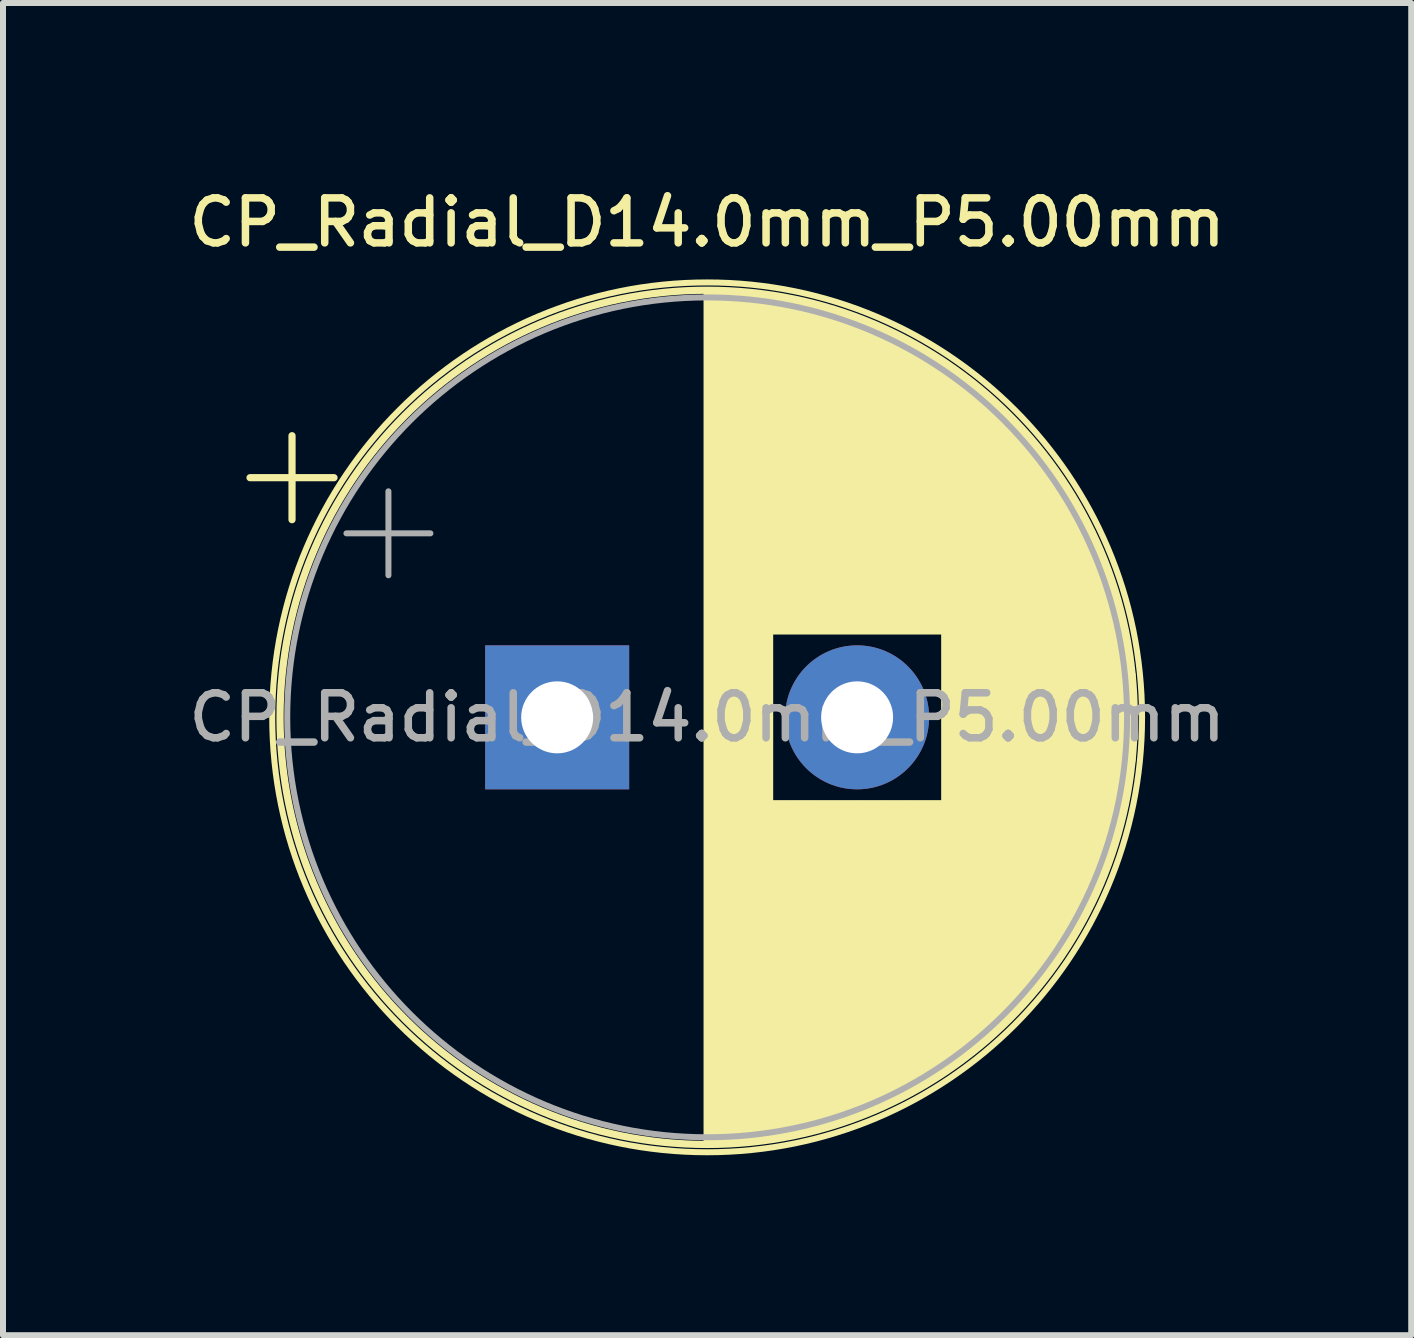
<source format=kicad_pcb>
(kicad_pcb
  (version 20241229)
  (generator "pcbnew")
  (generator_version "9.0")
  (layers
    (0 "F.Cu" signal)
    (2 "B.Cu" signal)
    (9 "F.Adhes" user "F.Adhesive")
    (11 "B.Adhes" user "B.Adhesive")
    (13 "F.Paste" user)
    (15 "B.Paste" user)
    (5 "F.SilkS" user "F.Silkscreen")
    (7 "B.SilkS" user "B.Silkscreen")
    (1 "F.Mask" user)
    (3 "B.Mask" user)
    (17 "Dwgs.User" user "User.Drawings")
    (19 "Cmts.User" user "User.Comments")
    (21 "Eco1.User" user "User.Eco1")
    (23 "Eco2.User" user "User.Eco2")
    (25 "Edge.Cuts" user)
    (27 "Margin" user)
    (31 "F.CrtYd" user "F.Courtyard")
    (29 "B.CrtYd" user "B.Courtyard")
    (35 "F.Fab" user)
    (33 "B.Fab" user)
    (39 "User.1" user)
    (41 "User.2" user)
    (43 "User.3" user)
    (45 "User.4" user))
  (footprint "CP_Radial_D14.0mm_P5.00mm"
    (layer "F.Cu")
    (at 6.238 8.908)
    (property "Reference" "CP_Radial_D14.0mm_P5.00mm" (at 2.5 -8.25 0) (layer "F.SilkS") (effects (font (size 0.75 0.75) (thickness 0.125))))
    (attr through_hole)
    (fp_line (start -5.12 -3.995) (end -3.72 -3.995) (stroke (width 0.12) (type solid)) (layer "F.SilkS"))
    (fp_line (start -4.42 -4.695) (end -4.42 -3.295) (stroke (width 0.12) (type solid)) (layer "F.SilkS"))
    (fp_line (start 2.5 -7.08) (end 2.5 7.08) (stroke (width 0.12) (type solid)) (layer "F.SilkS"))
    (fp_line (start 2.54 -7.08) (end 2.54 7.08) (stroke (width 0.12) (type solid)) (layer "F.SilkS"))
    (fp_line (start 2.58 -7.08) (end 2.58 7.08) (stroke (width 0.12) (type solid)) (layer "F.SilkS"))
    (fp_line (start 2.62 -7.079) (end 2.62 7.079) (stroke (width 0.12) (type solid)) (layer "F.SilkS"))
    (fp_line (start 2.66 -7.079) (end 2.66 7.079) (stroke (width 0.12) (type solid)) (layer "F.SilkS"))
    (fp_line (start 2.7 -7.078) (end 2.7 7.078) (stroke (width 0.12) (type solid)) (layer "F.SilkS"))
    (fp_line (start 2.74 -7.076) (end 2.74 7.076) (stroke (width 0.12) (type solid)) (layer "F.SilkS"))
    (fp_line (start 2.78 -7.075) (end 2.78 7.075) (stroke (width 0.12) (type solid)) (layer "F.SilkS"))
    (fp_line (start 2.82 -7.073) (end 2.82 7.073) (stroke (width 0.12) (type solid)) (layer "F.SilkS"))
    (fp_line (start 2.86 -7.071) (end 2.86 7.071) (stroke (width 0.12) (type solid)) (layer "F.SilkS"))
    (fp_line (start 2.9 -7.069) (end 2.9 7.069) (stroke (width 0.12) (type solid)) (layer "F.SilkS"))
    (fp_line (start 2.94 -7.067) (end 2.94 7.067) (stroke (width 0.12) (type solid)) (layer "F.SilkS"))
    (fp_line (start 2.98 -7.064) (end 2.98 7.064) (stroke (width 0.12) (type solid)) (layer "F.SilkS"))
    (fp_line (start 3.02 -7.061) (end 3.02 7.061) (stroke (width 0.12) (type solid)) (layer "F.SilkS"))
    (fp_line (start 3.06 -7.058) (end 3.06 7.058) (stroke (width 0.12) (type solid)) (layer "F.SilkS"))
    (fp_line (start 3.1 -7.055) (end 3.1 7.055) (stroke (width 0.12) (type solid)) (layer "F.SilkS"))
    (fp_line (start 3.14 -7.052) (end 3.14 7.052) (stroke (width 0.12) (type solid)) (layer "F.SilkS"))
    (fp_line (start 3.18 -7.048) (end 3.18 7.048) (stroke (width 0.12) (type solid)) (layer "F.SilkS"))
    (fp_line (start 3.221 -7.044) (end 3.221 7.044) (stroke (width 0.12) (type solid)) (layer "F.SilkS"))
    (fp_line (start 3.261 -7.04) (end 3.261 7.04) (stroke (width 0.12) (type solid)) (layer "F.SilkS"))
    (fp_line (start 3.301 -7.035) (end 3.301 7.035) (stroke (width 0.12) (type solid)) (layer "F.SilkS"))
    (fp_line (start 3.341 -7.031) (end 3.341 7.031) (stroke (width 0.12) (type solid)) (layer "F.SilkS"))
    (fp_line (start 3.381 -7.026) (end 3.381 7.026) (stroke (width 0.12) (type solid)) (layer "F.SilkS"))
    (fp_line (start 3.421 -7.021) (end 3.421 7.021) (stroke (width 0.12) (type solid)) (layer "F.SilkS"))
    (fp_line (start 3.461 -7.015) (end 3.461 7.015) (stroke (width 0.12) (type solid)) (layer "F.SilkS"))
    (fp_line (start 3.501 -7.01) (end 3.501 7.01) (stroke (width 0.12) (type solid)) (layer "F.SilkS"))
    (fp_line (start 3.541 -7.004) (end 3.541 7.004) (stroke (width 0.12) (type solid)) (layer "F.SilkS"))
    (fp_line (start 3.581 -6.998) (end 3.581 -1.44) (stroke (width 0.12) (type solid)) (layer "F.SilkS"))
    (fp_line (start 3.581 1.44) (end 3.581 6.998) (stroke (width 0.12) (type solid)) (layer "F.SilkS"))
    (fp_line (start 3.621 -6.992) (end 3.621 -1.44) (stroke (width 0.12) (type solid)) (layer "F.SilkS"))
    (fp_line (start 3.621 1.44) (end 3.621 6.992) (stroke (width 0.12) (type solid)) (layer "F.SilkS"))
    (fp_line (start 3.661 -6.985) (end 3.661 -1.44) (stroke (width 0.12) (type solid)) (layer "F.SilkS"))
    (fp_line (start 3.661 1.44) (end 3.661 6.985) (stroke (width 0.12) (type solid)) (layer "F.SilkS"))
    (fp_line (start 3.701 -6.979) (end 3.701 -1.44) (stroke (width 0.12) (type solid)) (layer "F.SilkS"))
    (fp_line (start 3.701 1.44) (end 3.701 6.979) (stroke (width 0.12) (type solid)) (layer "F.SilkS"))
    (fp_line (start 3.741 -6.972) (end 3.741 -1.44) (stroke (width 0.12) (type solid)) (layer "F.SilkS"))
    (fp_line (start 3.741 1.44) (end 3.741 6.972) (stroke (width 0.12) (type solid)) (layer "F.SilkS"))
    (fp_line (start 3.781 -6.964) (end 3.781 -1.44) (stroke (width 0.12) (type solid)) (layer "F.SilkS"))
    (fp_line (start 3.781 1.44) (end 3.781 6.964) (stroke (width 0.12) (type solid)) (layer "F.SilkS"))
    (fp_line (start 3.821 -6.957) (end 3.821 -1.44) (stroke (width 0.12) (type solid)) (layer "F.SilkS"))
    (fp_line (start 3.821 1.44) (end 3.821 6.957) (stroke (width 0.12) (type solid)) (layer "F.SilkS"))
    (fp_line (start 3.861 -6.949) (end 3.861 -1.44) (stroke (width 0.12) (type solid)) (layer "F.SilkS"))
    (fp_line (start 3.861 1.44) (end 3.861 6.949) (stroke (width 0.12) (type solid)) (layer "F.SilkS"))
    (fp_line (start 3.901 -6.942) (end 3.901 -1.44) (stroke (width 0.12) (type solid)) (layer "F.SilkS"))
    (fp_line (start 3.901 1.44) (end 3.901 6.942) (stroke (width 0.12) (type solid)) (layer "F.SilkS"))
    (fp_line (start 3.941 -6.933) (end 3.941 -1.44) (stroke (width 0.12) (type solid)) (layer "F.SilkS"))
    (fp_line (start 3.941 1.44) (end 3.941 6.933) (stroke (width 0.12) (type solid)) (layer "F.SilkS"))
    (fp_line (start 3.981 -6.925) (end 3.981 -1.44) (stroke (width 0.12) (type solid)) (layer "F.SilkS"))
    (fp_line (start 3.981 1.44) (end 3.981 6.925) (stroke (width 0.12) (type solid)) (layer "F.SilkS"))
    (fp_line (start 4.021 -6.916) (end 4.021 -1.44) (stroke (width 0.12) (type solid)) (layer "F.SilkS"))
    (fp_line (start 4.021 1.44) (end 4.021 6.916) (stroke (width 0.12) (type solid)) (layer "F.SilkS"))
    (fp_line (start 4.061 -6.907) (end 4.061 -1.44) (stroke (width 0.12) (type solid)) (layer "F.SilkS"))
    (fp_line (start 4.061 1.44) (end 4.061 6.907) (stroke (width 0.12) (type solid)) (layer "F.SilkS"))
    (fp_line (start 4.101 -6.898) (end 4.101 -1.44) (stroke (width 0.12) (type solid)) (layer "F.SilkS"))
    (fp_line (start 4.101 1.44) (end 4.101 6.898) (stroke (width 0.12) (type solid)) (layer "F.SilkS"))
    (fp_line (start 4.141 -6.889) (end 4.141 -1.44) (stroke (width 0.12) (type solid)) (layer "F.SilkS"))
    (fp_line (start 4.141 1.44) (end 4.141 6.889) (stroke (width 0.12) (type solid)) (layer "F.SilkS"))
    (fp_line (start 4.181 -6.879) (end 4.181 -1.44) (stroke (width 0.12) (type solid)) (layer "F.SilkS"))
    (fp_line (start 4.181 1.44) (end 4.181 6.879) (stroke (width 0.12) (type solid)) (layer "F.SilkS"))
    (fp_line (start 4.221 -6.87) (end 4.221 -1.44) (stroke (width 0.12) (type solid)) (layer "F.SilkS"))
    (fp_line (start 4.221 1.44) (end 4.221 6.87) (stroke (width 0.12) (type solid)) (layer "F.SilkS"))
    (fp_line (start 4.261 -6.86) (end 4.261 -1.44) (stroke (width 0.12) (type solid)) (layer "F.SilkS"))
    (fp_line (start 4.261 1.44) (end 4.261 6.86) (stroke (width 0.12) (type solid)) (layer "F.SilkS"))
    (fp_line (start 4.301 -6.849) (end 4.301 -1.44) (stroke (width 0.12) (type solid)) (layer "F.SilkS"))
    (fp_line (start 4.301 1.44) (end 4.301 6.849) (stroke (width 0.12) (type solid)) (layer "F.SilkS"))
    (fp_line (start 4.341 -6.839) (end 4.341 -1.44) (stroke (width 0.12) (type solid)) (layer "F.SilkS"))
    (fp_line (start 4.341 1.44) (end 4.341 6.839) (stroke (width 0.12) (type solid)) (layer "F.SilkS"))
    (fp_line (start 4.381 -6.828) (end 4.381 -1.44) (stroke (width 0.12) (type solid)) (layer "F.SilkS"))
    (fp_line (start 4.381 1.44) (end 4.381 6.828) (stroke (width 0.12) (type solid)) (layer "F.SilkS"))
    (fp_line (start 4.421 -6.817) (end 4.421 -1.44) (stroke (width 0.12) (type solid)) (layer "F.SilkS"))
    (fp_line (start 4.421 1.44) (end 4.421 6.817) (stroke (width 0.12) (type solid)) (layer "F.SilkS"))
    (fp_line (start 4.461 -6.805) (end 4.461 -1.44) (stroke (width 0.12) (type solid)) (layer "F.SilkS"))
    (fp_line (start 4.461 1.44) (end 4.461 6.805) (stroke (width 0.12) (type solid)) (layer "F.SilkS"))
    (fp_line (start 4.501 -6.794) (end 4.501 -1.44) (stroke (width 0.12) (type solid)) (layer "F.SilkS"))
    (fp_line (start 4.501 1.44) (end 4.501 6.794) (stroke (width 0.12) (type solid)) (layer "F.SilkS"))
    (fp_line (start 4.541 -6.782) (end 4.541 -1.44) (stroke (width 0.12) (type solid)) (layer "F.SilkS"))
    (fp_line (start 4.541 1.44) (end 4.541 6.782) (stroke (width 0.12) (type solid)) (layer "F.SilkS"))
    (fp_line (start 4.581 -6.77) (end 4.581 -1.44) (stroke (width 0.12) (type solid)) (layer "F.SilkS"))
    (fp_line (start 4.581 1.44) (end 4.581 6.77) (stroke (width 0.12) (type solid)) (layer "F.SilkS"))
    (fp_line (start 4.621 -6.758) (end 4.621 -1.44) (stroke (width 0.12) (type solid)) (layer "F.SilkS"))
    (fp_line (start 4.621 1.44) (end 4.621 6.758) (stroke (width 0.12) (type solid)) (layer "F.SilkS"))
    (fp_line (start 4.661 -6.745) (end 4.661 -1.44) (stroke (width 0.12) (type solid)) (layer "F.SilkS"))
    (fp_line (start 4.661 1.44) (end 4.661 6.745) (stroke (width 0.12) (type solid)) (layer "F.SilkS"))
    (fp_line (start 4.701 -6.732) (end 4.701 -1.44) (stroke (width 0.12) (type solid)) (layer "F.SilkS"))
    (fp_line (start 4.701 1.44) (end 4.701 6.732) (stroke (width 0.12) (type solid)) (layer "F.SilkS"))
    (fp_line (start 4.741 -6.719) (end 4.741 -1.44) (stroke (width 0.12) (type solid)) (layer "F.SilkS"))
    (fp_line (start 4.741 1.44) (end 4.741 6.719) (stroke (width 0.12) (type solid)) (layer "F.SilkS"))
    (fp_line (start 4.781 -6.706) (end 4.781 -1.44) (stroke (width 0.12) (type solid)) (layer "F.SilkS"))
    (fp_line (start 4.781 1.44) (end 4.781 6.706) (stroke (width 0.12) (type solid)) (layer "F.SilkS"))
    (fp_line (start 4.821 -6.692) (end 4.821 -1.44) (stroke (width 0.12) (type solid)) (layer "F.SilkS"))
    (fp_line (start 4.821 1.44) (end 4.821 6.692) (stroke (width 0.12) (type solid)) (layer "F.SilkS"))
    (fp_line (start 4.861 -6.678) (end 4.861 -1.44) (stroke (width 0.12) (type solid)) (layer "F.SilkS"))
    (fp_line (start 4.861 1.44) (end 4.861 6.678) (stroke (width 0.12) (type solid)) (layer "F.SilkS"))
    (fp_line (start 4.901 -6.664) (end 4.901 -1.44) (stroke (width 0.12) (type solid)) (layer "F.SilkS"))
    (fp_line (start 4.901 1.44) (end 4.901 6.664) (stroke (width 0.12) (type solid)) (layer "F.SilkS"))
    (fp_line (start 4.941 -6.649) (end 4.941 -1.44) (stroke (width 0.12) (type solid)) (layer "F.SilkS"))
    (fp_line (start 4.941 1.44) (end 4.941 6.649) (stroke (width 0.12) (type solid)) (layer "F.SilkS"))
    (fp_line (start 4.981 -6.635) (end 4.981 -1.44) (stroke (width 0.12) (type solid)) (layer "F.SilkS"))
    (fp_line (start 4.981 1.44) (end 4.981 6.635) (stroke (width 0.12) (type solid)) (layer "F.SilkS"))
    (fp_line (start 5.021 -6.62) (end 5.021 -1.44) (stroke (width 0.12) (type solid)) (layer "F.SilkS"))
    (fp_line (start 5.021 1.44) (end 5.021 6.62) (stroke (width 0.12) (type solid)) (layer "F.SilkS"))
    (fp_line (start 5.061 -6.604) (end 5.061 -1.44) (stroke (width 0.12) (type solid)) (layer "F.SilkS"))
    (fp_line (start 5.061 1.44) (end 5.061 6.604) (stroke (width 0.12) (type solid)) (layer "F.SilkS"))
    (fp_line (start 5.101 -6.589) (end 5.101 -1.44) (stroke (width 0.12) (type solid)) (layer "F.SilkS"))
    (fp_line (start 5.101 1.44) (end 5.101 6.589) (stroke (width 0.12) (type solid)) (layer "F.SilkS"))
    (fp_line (start 5.141 -6.573) (end 5.141 -1.44) (stroke (width 0.12) (type solid)) (layer "F.SilkS"))
    (fp_line (start 5.141 1.44) (end 5.141 6.573) (stroke (width 0.12) (type solid)) (layer "F.SilkS"))
    (fp_line (start 5.181 -6.557) (end 5.181 -1.44) (stroke (width 0.12) (type solid)) (layer "F.SilkS"))
    (fp_line (start 5.181 1.44) (end 5.181 6.557) (stroke (width 0.12) (type solid)) (layer "F.SilkS"))
    (fp_line (start 5.221 -6.54) (end 5.221 -1.44) (stroke (width 0.12) (type solid)) (layer "F.SilkS"))
    (fp_line (start 5.221 1.44) (end 5.221 6.54) (stroke (width 0.12) (type solid)) (layer "F.SilkS"))
    (fp_line (start 5.261 -6.524) (end 5.261 -1.44) (stroke (width 0.12) (type solid)) (layer "F.SilkS"))
    (fp_line (start 5.261 1.44) (end 5.261 6.524) (stroke (width 0.12) (type solid)) (layer "F.SilkS"))
    (fp_line (start 5.301 -6.507) (end 5.301 -1.44) (stroke (width 0.12) (type solid)) (layer "F.SilkS"))
    (fp_line (start 5.301 1.44) (end 5.301 6.507) (stroke (width 0.12) (type solid)) (layer "F.SilkS"))
    (fp_line (start 5.341 -6.49) (end 5.341 -1.44) (stroke (width 0.12) (type solid)) (layer "F.SilkS"))
    (fp_line (start 5.341 1.44) (end 5.341 6.49) (stroke (width 0.12) (type solid)) (layer "F.SilkS"))
    (fp_line (start 5.381 -6.472) (end 5.381 -1.44) (stroke (width 0.12) (type solid)) (layer "F.SilkS"))
    (fp_line (start 5.381 1.44) (end 5.381 6.472) (stroke (width 0.12) (type solid)) (layer "F.SilkS"))
    (fp_line (start 5.421 -6.454) (end 5.421 -1.44) (stroke (width 0.12) (type solid)) (layer "F.SilkS"))
    (fp_line (start 5.421 1.44) (end 5.421 6.454) (stroke (width 0.12) (type solid)) (layer "F.SilkS"))
    (fp_line (start 5.461 -6.436) (end 5.461 -1.44) (stroke (width 0.12) (type solid)) (layer "F.SilkS"))
    (fp_line (start 5.461 1.44) (end 5.461 6.436) (stroke (width 0.12) (type solid)) (layer "F.SilkS"))
    (fp_line (start 5.501 -6.418) (end 5.501 -1.44) (stroke (width 0.12) (type solid)) (layer "F.SilkS"))
    (fp_line (start 5.501 1.44) (end 5.501 6.418) (stroke (width 0.12) (type solid)) (layer "F.SilkS"))
    (fp_line (start 5.541 -6.399) (end 5.541 -1.44) (stroke (width 0.12) (type solid)) (layer "F.SilkS"))
    (fp_line (start 5.541 1.44) (end 5.541 6.399) (stroke (width 0.12) (type solid)) (layer "F.SilkS"))
    (fp_line (start 5.581 -6.38) (end 5.581 -1.44) (stroke (width 0.12) (type solid)) (layer "F.SilkS"))
    (fp_line (start 5.581 1.44) (end 5.581 6.38) (stroke (width 0.12) (type solid)) (layer "F.SilkS"))
    (fp_line (start 5.621 -6.36) (end 5.621 -1.44) (stroke (width 0.12) (type solid)) (layer "F.SilkS"))
    (fp_line (start 5.621 1.44) (end 5.621 6.36) (stroke (width 0.12) (type solid)) (layer "F.SilkS"))
    (fp_line (start 5.661 -6.341) (end 5.661 -1.44) (stroke (width 0.12) (type solid)) (layer "F.SilkS"))
    (fp_line (start 5.661 1.44) (end 5.661 6.341) (stroke (width 0.12) (type solid)) (layer "F.SilkS"))
    (fp_line (start 5.701 -6.321) (end 5.701 -1.44) (stroke (width 0.12) (type solid)) (layer "F.SilkS"))
    (fp_line (start 5.701 1.44) (end 5.701 6.321) (stroke (width 0.12) (type solid)) (layer "F.SilkS"))
    (fp_line (start 5.741 -6.301) (end 5.741 -1.44) (stroke (width 0.12) (type solid)) (layer "F.SilkS"))
    (fp_line (start 5.741 1.44) (end 5.741 6.301) (stroke (width 0.12) (type solid)) (layer "F.SilkS"))
    (fp_line (start 5.781 -6.28) (end 5.781 -1.44) (stroke (width 0.12) (type solid)) (layer "F.SilkS"))
    (fp_line (start 5.781 1.44) (end 5.781 6.28) (stroke (width 0.12) (type solid)) (layer "F.SilkS"))
    (fp_line (start 5.821 -6.259) (end 5.821 -1.44) (stroke (width 0.12) (type solid)) (layer "F.SilkS"))
    (fp_line (start 5.821 1.44) (end 5.821 6.259) (stroke (width 0.12) (type solid)) (layer "F.SilkS"))
    (fp_line (start 5.861 -6.238) (end 5.861 -1.44) (stroke (width 0.12) (type solid)) (layer "F.SilkS"))
    (fp_line (start 5.861 1.44) (end 5.861 6.238) (stroke (width 0.12) (type solid)) (layer "F.SilkS"))
    (fp_line (start 5.901 -6.216) (end 5.901 -1.44) (stroke (width 0.12) (type solid)) (layer "F.SilkS"))
    (fp_line (start 5.901 1.44) (end 5.901 6.216) (stroke (width 0.12) (type solid)) (layer "F.SilkS"))
    (fp_line (start 5.941 -6.194) (end 5.941 -1.44) (stroke (width 0.12) (type solid)) (layer "F.SilkS"))
    (fp_line (start 5.941 1.44) (end 5.941 6.194) (stroke (width 0.12) (type solid)) (layer "F.SilkS"))
    (fp_line (start 5.981 -6.172) (end 5.981 -1.44) (stroke (width 0.12) (type solid)) (layer "F.SilkS"))
    (fp_line (start 5.981 1.44) (end 5.981 6.172) (stroke (width 0.12) (type solid)) (layer "F.SilkS"))
    (fp_line (start 6.021 -6.15) (end 6.021 -1.44) (stroke (width 0.12) (type solid)) (layer "F.SilkS"))
    (fp_line (start 6.021 1.44) (end 6.021 6.15) (stroke (width 0.12) (type solid)) (layer "F.SilkS"))
    (fp_line (start 6.061 -6.127) (end 6.061 -1.44) (stroke (width 0.12) (type solid)) (layer "F.SilkS"))
    (fp_line (start 6.061 1.44) (end 6.061 6.127) (stroke (width 0.12) (type solid)) (layer "F.SilkS"))
    (fp_line (start 6.101 -6.103) (end 6.101 -1.44) (stroke (width 0.12) (type solid)) (layer "F.SilkS"))
    (fp_line (start 6.101 1.44) (end 6.101 6.103) (stroke (width 0.12) (type solid)) (layer "F.SilkS"))
    (fp_line (start 6.141 -6.08) (end 6.141 -1.44) (stroke (width 0.12) (type solid)) (layer "F.SilkS"))
    (fp_line (start 6.141 1.44) (end 6.141 6.08) (stroke (width 0.12) (type solid)) (layer "F.SilkS"))
    (fp_line (start 6.181 -6.056) (end 6.181 -1.44) (stroke (width 0.12) (type solid)) (layer "F.SilkS"))
    (fp_line (start 6.181 1.44) (end 6.181 6.056) (stroke (width 0.12) (type solid)) (layer "F.SilkS"))
    (fp_line (start 6.221 -6.031) (end 6.221 -1.44) (stroke (width 0.12) (type solid)) (layer "F.SilkS"))
    (fp_line (start 6.221 1.44) (end 6.221 6.031) (stroke (width 0.12) (type solid)) (layer "F.SilkS"))
    (fp_line (start 6.261 -6.007) (end 6.261 -1.44) (stroke (width 0.12) (type solid)) (layer "F.SilkS"))
    (fp_line (start 6.261 1.44) (end 6.261 6.007) (stroke (width 0.12) (type solid)) (layer "F.SilkS"))
    (fp_line (start 6.301 -5.982) (end 6.301 -1.44) (stroke (width 0.12) (type solid)) (layer "F.SilkS"))
    (fp_line (start 6.301 1.44) (end 6.301 5.982) (stroke (width 0.12) (type solid)) (layer "F.SilkS"))
    (fp_line (start 6.341 -5.956) (end 6.341 -1.44) (stroke (width 0.12) (type solid)) (layer "F.SilkS"))
    (fp_line (start 6.341 1.44) (end 6.341 5.956) (stroke (width 0.12) (type solid)) (layer "F.SilkS"))
    (fp_line (start 6.381 -5.93) (end 6.381 -1.44) (stroke (width 0.12) (type solid)) (layer "F.SilkS"))
    (fp_line (start 6.381 1.44) (end 6.381 5.93) (stroke (width 0.12) (type solid)) (layer "F.SilkS"))
    (fp_line (start 6.421 -5.904) (end 6.421 -1.44) (stroke (width 0.12) (type solid)) (layer "F.SilkS"))
    (fp_line (start 6.421 1.44) (end 6.421 5.904) (stroke (width 0.12) (type solid)) (layer "F.SilkS"))
    (fp_line (start 6.461 -5.878) (end 6.461 5.878) (stroke (width 0.12) (type solid)) (layer "F.SilkS"))
    (fp_line (start 6.501 -5.851) (end 6.501 5.851) (stroke (width 0.12) (type solid)) (layer "F.SilkS"))
    (fp_line (start 6.541 -5.823) (end 6.541 5.823) (stroke (width 0.12) (type solid)) (layer "F.SilkS"))
    (fp_line (start 6.581 -5.796) (end 6.581 5.796) (stroke (width 0.12) (type solid)) (layer "F.SilkS"))
    (fp_line (start 6.621 -5.767) (end 6.621 5.767) (stroke (width 0.12) (type solid)) (layer "F.SilkS"))
    (fp_line (start 6.661 -5.739) (end 6.661 5.739) (stroke (width 0.12) (type solid)) (layer "F.SilkS"))
    (fp_line (start 6.701 -5.71) (end 6.701 5.71) (stroke (width 0.12) (type solid)) (layer "F.SilkS"))
    (fp_line (start 6.741 -5.68) (end 6.741 5.68) (stroke (width 0.12) (type solid)) (layer "F.SilkS"))
    (fp_line (start 6.781 -5.65) (end 6.781 5.65) (stroke (width 0.12) (type solid)) (layer "F.SilkS"))
    (fp_line (start 6.821 -5.62) (end 6.821 5.62) (stroke (width 0.12) (type solid)) (layer "F.SilkS"))
    (fp_line (start 6.861 -5.589) (end 6.861 5.589) (stroke (width 0.12) (type solid)) (layer "F.SilkS"))
    (fp_line (start 6.901 -5.558) (end 6.901 5.558) (stroke (width 0.12) (type solid)) (layer "F.SilkS"))
    (fp_line (start 6.941 -5.527) (end 6.941 5.527) (stroke (width 0.12) (type solid)) (layer "F.SilkS"))
    (fp_line (start 6.981 -5.494) (end 6.981 5.494) (stroke (width 0.12) (type solid)) (layer "F.SilkS"))
    (fp_line (start 7.021 -5.462) (end 7.021 5.462) (stroke (width 0.12) (type solid)) (layer "F.SilkS"))
    (fp_line (start 7.061 -5.429) (end 7.061 5.429) (stroke (width 0.12) (type solid)) (layer "F.SilkS"))
    (fp_line (start 7.101 -5.395) (end 7.101 5.395) (stroke (width 0.12) (type solid)) (layer "F.SilkS"))
    (fp_line (start 7.141 -5.361) (end 7.141 5.361) (stroke (width 0.12) (type solid)) (layer "F.SilkS"))
    (fp_line (start 7.181 -5.326) (end 7.181 5.326) (stroke (width 0.12) (type solid)) (layer "F.SilkS"))
    (fp_line (start 7.221 -5.291) (end 7.221 5.291) (stroke (width 0.12) (type solid)) (layer "F.SilkS"))
    (fp_line (start 7.261 -5.255) (end 7.261 5.255) (stroke (width 0.12) (type solid)) (layer "F.SilkS"))
    (fp_line (start 7.301 -5.219) (end 7.301 5.219) (stroke (width 0.12) (type solid)) (layer "F.SilkS"))
    (fp_line (start 7.341 -5.182) (end 7.341 5.182) (stroke (width 0.12) (type solid)) (layer "F.SilkS"))
    (fp_line (start 7.381 -5.145) (end 7.381 5.145) (stroke (width 0.12) (type solid)) (layer "F.SilkS"))
    (fp_line (start 7.421 -5.107) (end 7.421 5.107) (stroke (width 0.12) (type solid)) (layer "F.SilkS"))
    (fp_line (start 7.461 -5.069) (end 7.461 5.069) (stroke (width 0.12) (type solid)) (layer "F.SilkS"))
    (fp_line (start 7.501 -5.029) (end 7.501 5.029) (stroke (width 0.12) (type solid)) (layer "F.SilkS"))
    (fp_line (start 7.541 -4.99) (end 7.541 4.99) (stroke (width 0.12) (type solid)) (layer "F.SilkS"))
    (fp_line (start 7.581 -4.949) (end 7.581 4.949) (stroke (width 0.12) (type solid)) (layer "F.SilkS"))
    (fp_line (start 7.621 -4.908) (end 7.621 4.908) (stroke (width 0.12) (type solid)) (layer "F.SilkS"))
    (fp_line (start 7.661 -4.866) (end 7.661 4.866) (stroke (width 0.12) (type solid)) (layer "F.SilkS"))
    (fp_line (start 7.701 -4.824) (end 7.701 4.824) (stroke (width 0.12) (type solid)) (layer "F.SilkS"))
    (fp_line (start 7.741 -4.781) (end 7.741 4.781) (stroke (width 0.12) (type solid)) (layer "F.SilkS"))
    (fp_line (start 7.781 -4.737) (end 7.781 4.737) (stroke (width 0.12) (type solid)) (layer "F.SilkS"))
    (fp_line (start 7.821 -4.693) (end 7.821 4.693) (stroke (width 0.12) (type solid)) (layer "F.SilkS"))
    (fp_line (start 7.861 -4.647) (end 7.861 4.647) (stroke (width 0.12) (type solid)) (layer "F.SilkS"))
    (fp_line (start 7.901 -4.601) (end 7.901 4.601) (stroke (width 0.12) (type solid)) (layer "F.SilkS"))
    (fp_line (start 7.941 -4.554) (end 7.941 4.554) (stroke (width 0.12) (type solid)) (layer "F.SilkS"))
    (fp_line (start 7.981 -4.506) (end 7.981 4.506) (stroke (width 0.12) (type solid)) (layer "F.SilkS"))
    (fp_line (start 8.021 -4.458) (end 8.021 4.458) (stroke (width 0.12) (type solid)) (layer "F.SilkS"))
    (fp_line (start 8.061 -4.408) (end 8.061 4.408) (stroke (width 0.12) (type solid)) (layer "F.SilkS"))
    (fp_line (start 8.101 -4.358) (end 8.101 4.358) (stroke (width 0.12) (type solid)) (layer "F.SilkS"))
    (fp_line (start 8.141 -4.306) (end 8.141 4.306) (stroke (width 0.12) (type solid)) (layer "F.SilkS"))
    (fp_line (start 8.181 -4.254) (end 8.181 4.254) (stroke (width 0.12) (type solid)) (layer "F.SilkS"))
    (fp_line (start 8.221 -4.2) (end 8.221 4.2) (stroke (width 0.12) (type solid)) (layer "F.SilkS"))
    (fp_line (start 8.261 -4.146) (end 8.261 4.146) (stroke (width 0.12) (type solid)) (layer "F.SilkS"))
    (fp_line (start 8.301 -4.09) (end 8.301 4.09) (stroke (width 0.12) (type solid)) (layer "F.SilkS"))
    (fp_line (start 8.341 -4.033) (end 8.341 4.033) (stroke (width 0.12) (type solid)) (layer "F.SilkS"))
    (fp_line (start 8.381 -3.975) (end 8.381 3.975) (stroke (width 0.12) (type solid)) (layer "F.SilkS"))
    (fp_line (start 8.421 -3.916) (end 8.421 3.916) (stroke (width 0.12) (type solid)) (layer "F.SilkS"))
    (fp_line (start 8.461 -3.856) (end 8.461 3.856) (stroke (width 0.12) (type solid)) (layer "F.SilkS"))
    (fp_line (start 8.501 -3.794) (end 8.501 3.794) (stroke (width 0.12) (type solid)) (layer "F.SilkS"))
    (fp_line (start 8.541 -3.73) (end 8.541 3.73) (stroke (width 0.12) (type solid)) (layer "F.SilkS"))
    (fp_line (start 8.581 -3.666) (end 8.581 3.666) (stroke (width 0.12) (type solid)) (layer "F.SilkS"))
    (fp_line (start 8.621 -3.599) (end 8.621 3.599) (stroke (width 0.12) (type solid)) (layer "F.SilkS"))
    (fp_line (start 8.661 -3.531) (end 8.661 3.531) (stroke (width 0.12) (type solid)) (layer "F.SilkS"))
    (fp_line (start 8.701 -3.461) (end 8.701 3.461) (stroke (width 0.12) (type solid)) (layer "F.SilkS"))
    (fp_line (start 8.741 -3.389) (end 8.741 3.389) (stroke (width 0.12) (type solid)) (layer "F.SilkS"))
    (fp_line (start 8.781 -3.315) (end 8.781 3.315) (stroke (width 0.12) (type solid)) (layer "F.SilkS"))
    (fp_line (start 8.821 -3.24) (end 8.821 3.24) (stroke (width 0.12) (type solid)) (layer "F.SilkS"))
    (fp_line (start 8.861 -3.161) (end 8.861 3.161) (stroke (width 0.12) (type solid)) (layer "F.SilkS"))
    (fp_line (start 8.901 -3.08) (end 8.901 3.08) (stroke (width 0.12) (type solid)) (layer "F.SilkS"))
    (fp_line (start 8.941 -2.997) (end 8.941 2.997) (stroke (width 0.12) (type solid)) (layer "F.SilkS"))
    (fp_line (start 8.981 -2.911) (end 8.981 2.911) (stroke (width 0.12) (type solid)) (layer "F.SilkS"))
    (fp_line (start 9.021 -2.821) (end 9.021 2.821) (stroke (width 0.12) (type solid)) (layer "F.SilkS"))
    (fp_line (start 9.061 -2.728) (end 9.061 2.728) (stroke (width 0.12) (type solid)) (layer "F.SilkS"))
    (fp_line (start 9.101 -2.632) (end 9.101 2.632) (stroke (width 0.12) (type solid)) (layer "F.SilkS"))
    (fp_line (start 9.141 -2.53) (end 9.141 2.53) (stroke (width 0.12) (type solid)) (layer "F.SilkS"))
    (fp_line (start 9.181 -2.425) (end 9.181 2.425) (stroke (width 0.12) (type solid)) (layer "F.SilkS"))
    (fp_line (start 9.221 -2.313) (end 9.221 2.313) (stroke (width 0.12) (type solid)) (layer "F.SilkS"))
    (fp_line (start 9.261 -2.196) (end 9.261 2.196) (stroke (width 0.12) (type solid)) (layer "F.SilkS"))
    (fp_line (start 9.301 -2.071) (end 9.301 2.071) (stroke (width 0.12) (type solid)) (layer "F.SilkS"))
    (fp_line (start 9.341 -1.938) (end 9.341 1.938) (stroke (width 0.12) (type solid)) (layer "F.SilkS"))
    (fp_line (start 9.381 -1.794) (end 9.381 1.794) (stroke (width 0.12) (type solid)) (layer "F.SilkS"))
    (fp_line (start 9.421 -1.636) (end 9.421 1.636) (stroke (width 0.12) (type solid)) (layer "F.SilkS"))
    (fp_line (start 9.461 -1.461) (end 9.461 1.461) (stroke (width 0.12) (type solid)) (layer "F.SilkS"))
    (fp_line (start 9.501 -1.262) (end 9.501 1.262) (stroke (width 0.12) (type solid)) (layer "F.SilkS"))
    (fp_line (start 9.541 -1.025) (end 9.541 1.025) (stroke (width 0.12) (type solid)) (layer "F.SilkS"))
    (fp_line (start 9.581 -0.714) (end 9.581 0.714) (stroke (width 0.12) (type solid)) (layer "F.SilkS"))
    (fp_circle (center 2.5 0) (end 9.62 0) (stroke (width 0.12) (type solid)) (fill no) (layer "F.SilkS"))
    (fp_circle (center 2.5 0) (end 9.75 0) (stroke (width 0.1) (type solid)) (fill no) (layer "F.SilkS"))
    (fp_line (start -3.513 -3.067) (end -2.113 -3.067) (stroke (width 0.1) (type solid)) (layer "F.Fab"))
    (fp_line (start -2.813 -3.768) (end -2.813 -2.368) (stroke (width 0.1) (type solid)) (layer "F.Fab"))
    (fp_circle (center 2.5 0) (end 9.5 0) (stroke (width 0.1) (type solid)) (fill no) (layer "F.Fab"))
    (fp_text user "${REFERENCE}" (at 2.5 0 0) (layer "F.Fab") (effects (font (size 0.75 0.75) (thickness 0.125))))
    (pad "1" thru_hole rect (at 0 0) (size 2.4 2.4) (drill 1.2) (layers "*.Cu" "*.Mask"))
    (pad "2" thru_hole circle (at 5 0) (size 2.4 2.4) (drill 1.2) (layers "*.Cu" "*.Mask")))
  (gr_rect
    (start -3 -3)
    (end 20.475 19.208)
    (stroke (width 0.1) (type default))
    (fill no)
    (layer "Edge.Cuts")))
</source>
